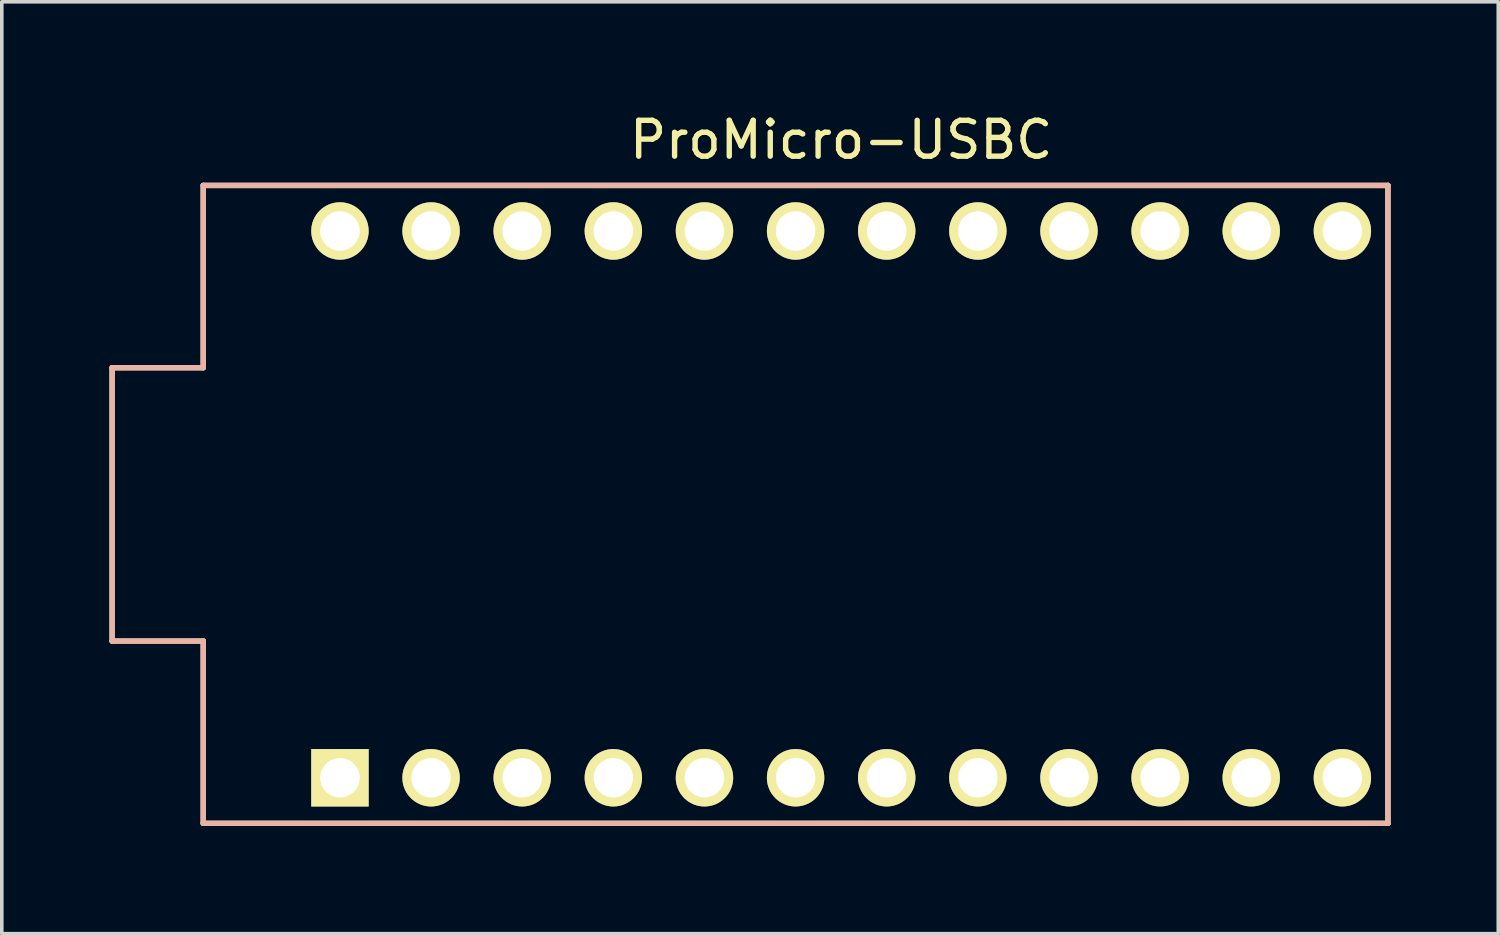
<source format=kicad_pcb>
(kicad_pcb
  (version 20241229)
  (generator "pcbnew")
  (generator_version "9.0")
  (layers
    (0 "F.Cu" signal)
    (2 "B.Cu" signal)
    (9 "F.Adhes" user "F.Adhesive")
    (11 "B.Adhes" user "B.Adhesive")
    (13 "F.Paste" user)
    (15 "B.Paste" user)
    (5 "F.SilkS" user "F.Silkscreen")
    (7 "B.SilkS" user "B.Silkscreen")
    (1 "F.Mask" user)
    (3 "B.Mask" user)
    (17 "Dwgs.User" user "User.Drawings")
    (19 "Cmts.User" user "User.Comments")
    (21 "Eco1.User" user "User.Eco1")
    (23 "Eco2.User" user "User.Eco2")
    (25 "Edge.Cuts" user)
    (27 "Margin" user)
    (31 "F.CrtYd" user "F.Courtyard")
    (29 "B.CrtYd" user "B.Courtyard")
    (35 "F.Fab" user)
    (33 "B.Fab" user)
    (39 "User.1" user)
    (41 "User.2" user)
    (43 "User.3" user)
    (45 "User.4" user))
  (footprint "ProMicro-USBC"
    (layer "F.Cu")
    (at 20.395 11.008)
    (property "Reference" "ProMicro-USBC" (at 0 -10.16 0) (layer "F.SilkS") (effects (font (size 1 1) (thickness 0.15))))
    (attr through_hole)
    (fp_line (start -20.32 -3.81) (end -17.78 -3.81) (stroke (width 0.15) (type solid)) (layer "F.SilkS"))
    (fp_line (start -20.32 3.81) (end -20.32 -3.81) (stroke (width 0.15) (type solid)) (layer "F.SilkS"))
    (fp_line (start -17.78 -8.89) (end 15.24 -8.89) (stroke (width 0.15) (type solid)) (layer "F.SilkS"))
    (fp_line (start -17.78 -3.81) (end -17.78 -8.89) (stroke (width 0.15) (type solid)) (layer "F.SilkS"))
    (fp_line (start -17.78 3.81) (end -20.32 3.81) (stroke (width 0.15) (type solid)) (layer "F.SilkS"))
    (fp_line (start -17.78 8.89) (end -17.78 3.81) (stroke (width 0.15) (type solid)) (layer "F.SilkS"))
    (fp_line (start -17.78 8.89) (end 15.24 8.89) (stroke (width 0.15) (type solid)) (layer "F.SilkS"))
    (fp_line (start 15.24 -8.89) (end 15.24 8.89) (stroke (width 0.15) (type solid)) (layer "F.SilkS"))
    (fp_line (start -20.32 -3.81) (end -17.78 -3.81) (stroke (width 0.15) (type solid)) (layer "B.SilkS"))
    (fp_line (start -20.32 3.81) (end -20.32 -3.81) (stroke (width 0.15) (type solid)) (layer "B.SilkS"))
    (fp_line (start -17.78 -8.89) (end 15.24 -8.89) (stroke (width 0.15) (type solid)) (layer "B.SilkS"))
    (fp_line (start -17.78 -3.81) (end -17.78 -8.89) (stroke (width 0.15) (type solid)) (layer "B.SilkS"))
    (fp_line (start -17.78 3.81) (end -20.32 3.81) (stroke (width 0.15) (type solid)) (layer "B.SilkS"))
    (fp_line (start -17.78 8.89) (end -17.78 3.81) (stroke (width 0.15) (type solid)) (layer "B.SilkS"))
    (fp_line (start 15.24 -8.89) (end 15.24 8.89) (stroke (width 0.15) (type solid)) (layer "B.SilkS"))
    (fp_line (start 15.24 8.89) (end -17.78 8.89) (stroke (width 0.15) (type solid)) (layer "B.SilkS"))
    (pad "1" thru_hole rect (at -13.97 7.62) (size 1.6 1.6) (drill 1.1) (layers "*.Cu" "*.Mask" "F.SilkS"))
    (pad "2" thru_hole circle (at -11.43 7.62) (size 1.6 1.6) (drill 1.1) (layers "*.Cu" "*.Mask" "F.SilkS"))
    (pad "3" thru_hole circle (at -8.89 7.62) (size 1.6 1.6) (drill 1.1) (layers "*.Cu" "*.Mask" "F.SilkS"))
    (pad "4" thru_hole circle (at -6.35 7.62) (size 1.6 1.6) (drill 1.1) (layers "*.Cu" "*.Mask" "F.SilkS"))
    (pad "5" thru_hole circle (at -3.81 7.62) (size 1.6 1.6) (drill 1.1) (layers "*.Cu" "*.Mask" "F.SilkS"))
    (pad "6" thru_hole circle (at -1.27 7.62) (size 1.6 1.6) (drill 1.1) (layers "*.Cu" "*.Mask" "F.SilkS"))
    (pad "7" thru_hole circle (at 1.27 7.62) (size 1.6 1.6) (drill 1.1) (layers "*.Cu" "*.Mask" "F.SilkS"))
    (pad "8" thru_hole circle (at 3.81 7.62) (size 1.6 1.6) (drill 1.1) (layers "*.Cu" "*.Mask" "F.SilkS"))
    (pad "9" thru_hole circle (at 6.35 7.62) (size 1.6 1.6) (drill 1.1) (layers "*.Cu" "*.Mask" "F.SilkS"))
    (pad "10" thru_hole circle (at 8.89 7.62) (size 1.6 1.6) (drill 1.1) (layers "*.Cu" "*.Mask" "F.SilkS"))
    (pad "11" thru_hole circle (at 11.43 7.62) (size 1.6 1.6) (drill 1.1) (layers "*.Cu" "*.Mask" "F.SilkS"))
    (pad "12" thru_hole circle (at 13.97 7.62) (size 1.6 1.6) (drill 1.1) (layers "*.Cu" "*.Mask" "F.SilkS"))
    (pad "13" thru_hole circle (at 13.97 -7.62) (size 1.6 1.6) (drill 1.1) (layers "*.Cu" "*.Mask" "F.SilkS"))
    (pad "14" thru_hole circle (at 11.43 -7.62) (size 1.6 1.6) (drill 1.1) (layers "*.Cu" "*.Mask" "F.SilkS"))
    (pad "15" thru_hole circle (at 8.89 -7.62) (size 1.6 1.6) (drill 1.1) (layers "*.Cu" "*.Mask" "F.SilkS"))
    (pad "16" thru_hole circle (at 6.35 -7.62) (size 1.6 1.6) (drill 1.1) (layers "*.Cu" "*.Mask" "F.SilkS"))
    (pad "17" thru_hole circle (at 3.81 -7.62) (size 1.6 1.6) (drill 1.1) (layers "*.Cu" "*.Mask" "F.SilkS"))
    (pad "18" thru_hole circle (at 1.27 -7.62) (size 1.6 1.6) (drill 1.1) (layers "*.Cu" "*.Mask" "F.SilkS"))
    (pad "19" thru_hole circle (at -1.27 -7.62) (size 1.6 1.6) (drill 1.1) (layers "*.Cu" "*.Mask" "F.SilkS"))
    (pad "20" thru_hole circle (at -3.81 -7.62) (size 1.6 1.6) (drill 1.1) (layers "*.Cu" "*.Mask" "F.SilkS"))
    (pad "21" thru_hole circle (at -6.35 -7.62) (size 1.6 1.6) (drill 1.1) (layers "*.Cu" "*.Mask" "F.SilkS"))
    (pad "22" thru_hole circle (at -8.89 -7.62) (size 1.6 1.6) (drill 1.1) (layers "*.Cu" "*.Mask" "F.SilkS"))
    (pad "23" thru_hole circle (at -11.43 -7.62) (size 1.6 1.6) (drill 1.1) (layers "*.Cu" "*.Mask" "F.SilkS"))
    (pad "24" thru_hole circle (at -13.97 -7.62) (size 1.6 1.6) (drill 1.1) (layers "*.Cu" "*.Mask" "F.SilkS")))
  (gr_rect
    (start -3 -3)
    (end 38.71 22.973)
    (stroke (width 0.1) (type default))
    (fill no)
    (layer "Edge.Cuts")))
</source>
